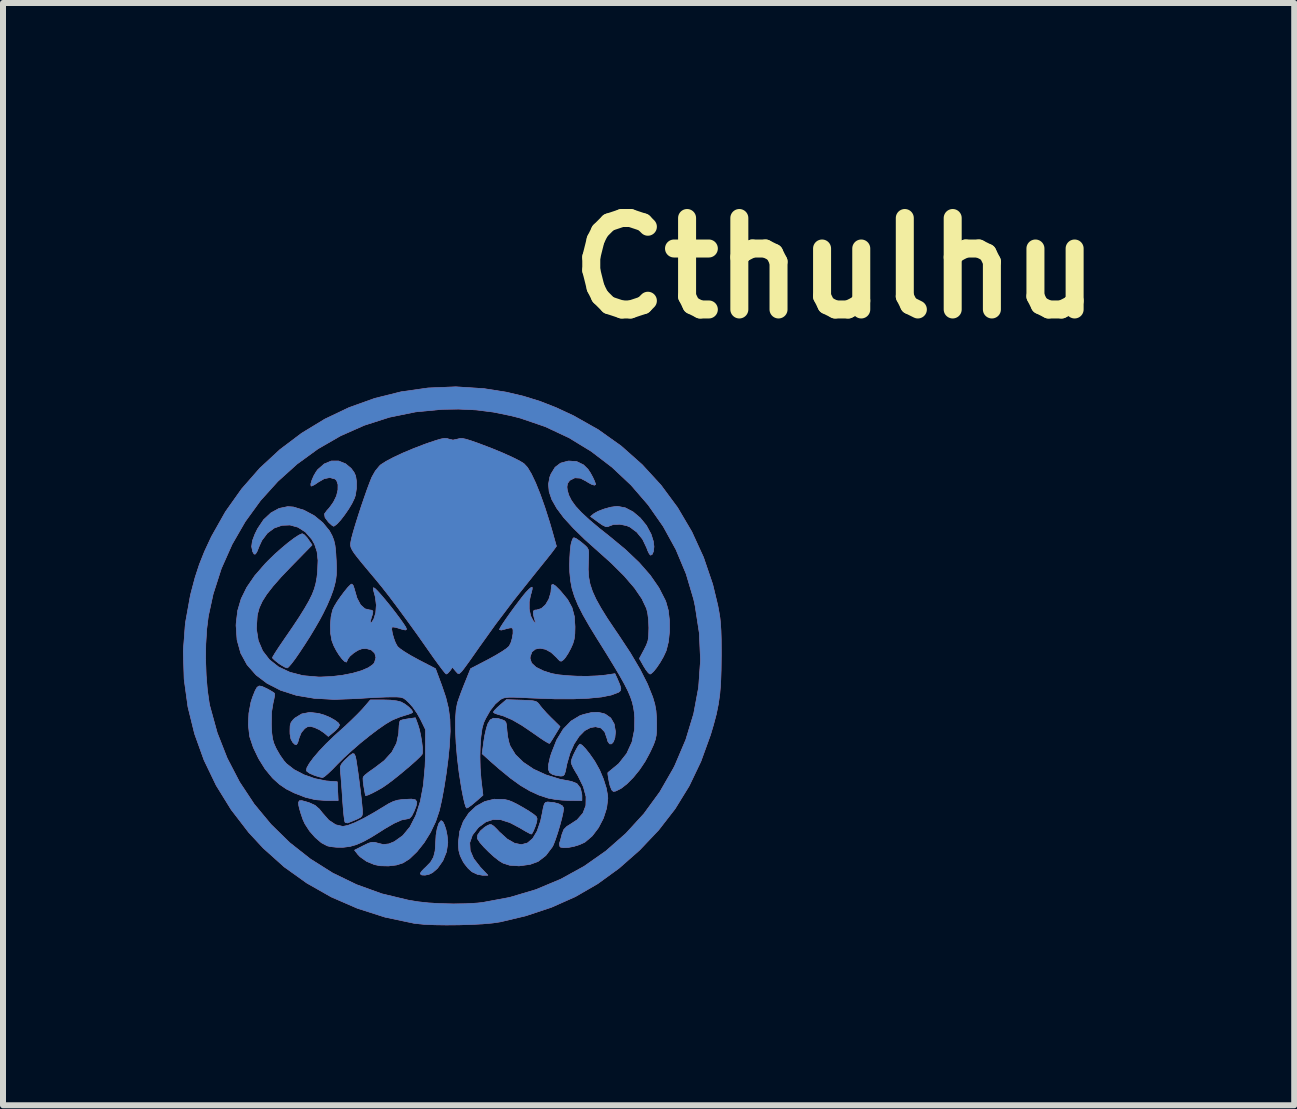
<source format=kicad_pcb>
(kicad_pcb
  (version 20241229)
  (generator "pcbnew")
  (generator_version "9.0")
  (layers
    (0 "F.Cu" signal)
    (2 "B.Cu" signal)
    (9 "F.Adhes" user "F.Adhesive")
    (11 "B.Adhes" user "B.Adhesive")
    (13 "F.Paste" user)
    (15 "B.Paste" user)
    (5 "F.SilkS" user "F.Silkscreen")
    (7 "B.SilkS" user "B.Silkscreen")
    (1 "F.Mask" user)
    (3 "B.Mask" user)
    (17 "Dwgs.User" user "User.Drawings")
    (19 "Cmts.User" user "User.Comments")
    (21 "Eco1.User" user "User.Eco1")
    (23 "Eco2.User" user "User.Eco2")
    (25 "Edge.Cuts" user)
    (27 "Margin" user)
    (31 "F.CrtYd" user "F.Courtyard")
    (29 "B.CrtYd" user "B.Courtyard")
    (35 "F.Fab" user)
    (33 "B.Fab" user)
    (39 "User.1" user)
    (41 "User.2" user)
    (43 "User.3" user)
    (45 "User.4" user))
  (footprint "Cthulhu"
    (layer "F.Cu")
    (at 4.488 7.878)
    (property "Reference" "Cthulhu" (at 6.38 -6.46 0) (layer "F.SilkS") (effects (font (size 1.524 1.524) (thickness 0.3))))
    (attr through_hole)
    (fp_poly (pts (xy -0.16 2.765) (xy -0.133 2.819) (xy -0.107 2.898) (xy -0.088 2.991) (xy -0.077 3.086) (xy -0.076 3.117) (xy -0.098 3.268) (xy -0.158 3.416) (xy -0.248 3.543) (xy -0.33 3.614) (xy -0.388 3.642) (xy -0.453 3.656) (xy -0.507 3.654) (xy -0.533 3.635) (xy -0.533 3.631) (xy -0.516 3.6) (xy -0.471 3.552) (xy -0.443 3.526) (xy -0.362 3.443) (xy -0.312 3.358) (xy -0.286 3.254) (xy -0.277 3.119) (xy -0.27 2.99) (xy -0.251 2.879) (xy -0.224 2.796) (xy -0.192 2.753) (xy -0.185 2.75) (xy -0.16 2.765)) (stroke (width 0.01) (type solid)) (fill yes) (layer "F.Cu"))
    (fp_poly (pts (xy 2.883 -2.464) (xy 3.011 -2.397) (xy 3.131 -2.296) (xy 3.234 -2.17) (xy 3.312 -2.025) (xy 3.349 -1.908) (xy 3.36 -1.82) (xy 3.353 -1.743) (xy 3.331 -1.691) (xy 3.305 -1.676) (xy 3.284 -1.698) (xy 3.256 -1.755) (xy 3.24 -1.8) (xy 3.172 -1.942) (xy 3.075 -2.061) (xy 2.96 -2.146) (xy 2.907 -2.168) (xy 2.793 -2.192) (xy 2.686 -2.188) (xy 2.604 -2.158) (xy 2.598 -2.153) (xy 2.561 -2.15) (xy 2.497 -2.182) (xy 2.436 -2.225) (xy 2.305 -2.321) (xy 2.361 -2.367) (xy 2.432 -2.407) (xy 2.533 -2.445) (xy 2.642 -2.475) (xy 2.739 -2.488) (xy 2.754 -2.489) (xy 2.883 -2.464)) (stroke (width 0.01) (type solid)) (fill yes) (layer "F.Cu"))
    (fp_poly (pts (xy -2.226 0.963) (xy -2.129 0.992) (xy -2.034 1.033) (xy -1.953 1.079) (xy -1.897 1.123) (xy -1.88 1.155) (xy -1.898 1.191) (xy -1.944 1.242) (xy -1.973 1.267) (xy -2.066 1.344) (xy -2.137 1.284) (xy -2.213 1.233) (xy -2.298 1.194) (xy -2.301 1.193) (xy -2.368 1.176) (xy -2.416 1.184) (xy -2.46 1.212) (xy -2.518 1.28) (xy -2.553 1.366) (xy -2.576 1.446) (xy -2.597 1.481) (xy -2.623 1.477) (xy -2.657 1.445) (xy -2.689 1.388) (xy -2.704 1.303) (xy -2.705 1.253) (xy -2.702 1.167) (xy -2.686 1.112) (xy -2.65 1.066) (xy -2.624 1.041) (xy -2.51 0.971) (xy -2.375 0.945) (xy -2.226 0.963)) (stroke (width 0.01) (type solid)) (fill yes) (layer "F.Cu"))
    (fp_poly (pts (xy 1.153 0.741) (xy 1.268 0.745) (xy 1.344 0.752) (xy 1.392 0.763) (xy 1.422 0.782) (xy 1.448 0.812) (xy 1.457 0.826) (xy 1.502 0.881) (xy 1.569 0.956) (xy 1.646 1.035) (xy 1.653 1.041) (xy 1.795 1.181) (xy 1.714 1.315) (xy 1.67 1.387) (xy 1.635 1.441) (xy 1.62 1.461) (xy 1.596 1.452) (xy 1.539 1.418) (xy 1.459 1.365) (xy 1.362 1.297) (xy 1.356 1.293) (xy 1.161 1.16) (xy 0.994 1.064) (xy 0.849 1.002) (xy 0.768 0.979) (xy 0.712 0.961) (xy 0.686 0.942) (xy 0.686 0.94) (xy 0.704 0.913) (xy 0.75 0.865) (xy 0.794 0.826) (xy 0.902 0.733) (xy 1.153 0.741)) (stroke (width 0.01) (type solid)) (fill yes) (layer "F.Cu"))
    (fp_poly (pts (xy -1.636 1.637) (xy -1.619 1.671) (xy -1.615 1.683) (xy -1.604 1.736) (xy -1.59 1.828) (xy -1.572 1.948) (xy -1.554 2.084) (xy -1.536 2.225) (xy -1.52 2.359) (xy -1.508 2.474) (xy -1.5 2.56) (xy -1.499 2.594) (xy -1.499 2.636) (xy -1.506 2.666) (xy -1.528 2.691) (xy -1.574 2.716) (xy -1.651 2.749) (xy -1.744 2.786) (xy -1.782 2.78) (xy -1.789 2.771) (xy -1.796 2.738) (xy -1.806 2.663) (xy -1.816 2.557) (xy -1.826 2.429) (xy -1.83 2.369) (xy -1.839 2.229) (xy -1.849 2.101) (xy -1.857 1.995) (xy -1.864 1.925) (xy -1.865 1.91) (xy -1.867 1.855) (xy -1.848 1.808) (xy -1.8 1.752) (xy -1.774 1.726) (xy -1.705 1.662) (xy -1.662 1.633) (xy -1.636 1.637)) (stroke (width 0.01) (type solid)) (fill yes) (layer "F.Cu"))
    (fp_poly (pts (xy 0.765 1.048) (xy 0.828 1.067) (xy 0.87 1.085) (xy 0.893 1.113) (xy 0.904 1.163) (xy 0.91 1.247) (xy 0.922 1.352) (xy 0.946 1.456) (xy 0.964 1.507) (xy 1.051 1.649) (xy 1.184 1.778) (xy 1.354 1.892) (xy 1.558 1.986) (xy 1.79 2.058) (xy 1.987 2.096) (xy 2.076 2.132) (xy 2.134 2.207) (xy 2.158 2.314) (xy 2.159 2.336) (xy 2.159 2.413) (xy 1.949 2.411) (xy 1.828 2.406) (xy 1.705 2.392) (xy 1.606 2.374) (xy 1.6 2.373) (xy 1.447 2.323) (xy 1.296 2.254) (xy 1.138 2.161) (xy 0.969 2.039) (xy 0.78 1.884) (xy 0.636 1.758) (xy 0.498 1.633) (xy 0.525 1.432) (xy 0.543 1.322) (xy 0.567 1.218) (xy 0.59 1.142) (xy 0.592 1.137) (xy 0.632 1.07) (xy 0.686 1.042) (xy 0.765 1.048)) (stroke (width 0.01) (type solid)) (fill yes) (layer "F.Cu"))
    (fp_poly (pts (xy 2.523 0.965) (xy 2.552 0.976) (xy 2.64 1.039) (xy 2.697 1.138) (xy 2.718 1.264) (xy 2.718 1.27) (xy 2.709 1.365) (xy 2.685 1.433) (xy 2.654 1.468) (xy 2.621 1.468) (xy 2.592 1.426) (xy 2.579 1.378) (xy 2.541 1.269) (xy 2.478 1.204) (xy 2.388 1.183) (xy 2.303 1.196) (xy 2.206 1.247) (xy 2.113 1.341) (xy 2.029 1.469) (xy 1.96 1.625) (xy 1.91 1.799) (xy 1.902 1.837) (xy 1.884 1.927) (xy 1.867 1.978) (xy 1.846 2) (xy 1.813 2.005) (xy 1.805 2.005) (xy 1.73 1.994) (xy 1.67 1.977) (xy 1.624 1.947) (xy 1.602 1.894) (xy 1.605 1.813) (xy 1.631 1.697) (xy 1.652 1.628) (xy 1.74 1.405) (xy 1.849 1.225) (xy 1.979 1.09) (xy 2.128 1) (xy 2.187 0.98) (xy 2.319 0.948) (xy 2.426 0.943) (xy 2.523 0.965)) (stroke (width 0.01) (type solid)) (fill yes) (layer "F.Cu"))
    (fp_poly (pts (xy -1.779 -3.198) (xy -1.686 -3.12) (xy -1.639 -3.056) (xy -1.612 -2.997) (xy -1.598 -2.903) (xy -1.599 -2.788) (xy -1.615 -2.678) (xy -1.63 -2.629) (xy -1.671 -2.543) (xy -1.728 -2.447) (xy -1.794 -2.351) (xy -1.86 -2.265) (xy -1.92 -2.199) (xy -1.967 -2.163) (xy -1.98 -2.159) (xy -2.007 -2.176) (xy -2.052 -2.217) (xy -2.065 -2.23) (xy -2.12 -2.304) (xy -2.129 -2.364) (xy -2.091 -2.416) (xy -2.053 -2.458) (xy -2.004 -2.524) (xy -1.977 -2.564) (xy -1.929 -2.662) (xy -1.905 -2.763) (xy -1.904 -2.853) (xy -1.927 -2.921) (xy -1.954 -2.946) (xy -2.042 -2.97) (xy -2.136 -2.951) (xy -2.234 -2.894) (xy -2.296 -2.852) (xy -2.341 -2.83) (xy -2.354 -2.829) (xy -2.357 -2.863) (xy -2.339 -2.925) (xy -2.307 -2.999) (xy -2.266 -3.069) (xy -2.243 -3.1) (xy -2.135 -3.195) (xy -2.017 -3.244) (xy -1.896 -3.245) (xy -1.779 -3.198)) (stroke (width 0.01) (type solid)) (fill yes) (layer "F.Cu"))
    (fp_poly (pts (xy -0.575 1.146) (xy -0.549 1.231) (xy -0.527 1.333) (xy -0.509 1.44) (xy -0.498 1.537) (xy -0.497 1.61) (xy -0.503 1.641) (xy -0.535 1.678) (xy -0.599 1.74) (xy -0.685 1.817) (xy -0.786 1.903) (xy -0.892 1.991) (xy -0.995 2.073) (xy -1.086 2.141) (xy -1.156 2.189) (xy -1.161 2.193) (xy -1.254 2.246) (xy -1.338 2.29) (xy -1.404 2.32) (xy -1.443 2.33) (xy -1.448 2.327) (xy -1.452 2.299) (xy -1.463 2.238) (xy -1.472 2.188) (xy -1.484 2.107) (xy -1.487 2.043) (xy -1.483 2.022) (xy -1.456 1.991) (xy -1.398 1.944) (xy -1.32 1.889) (xy -1.309 1.882) (xy -1.134 1.749) (xy -1.007 1.609) (xy -0.927 1.457) (xy -0.892 1.292) (xy -0.89 1.24) (xy -0.885 1.159) (xy -0.875 1.1) (xy -0.866 1.081) (xy -0.828 1.069) (xy -0.76 1.056) (xy -0.729 1.051) (xy -0.616 1.035) (xy -0.575 1.146)) (stroke (width 0.01) (type solid)) (fill yes) (layer "F.Cu"))
    (fp_poly (pts (xy -1.029 0.741) (xy -0.923 0.754) (xy -0.854 0.772) (xy -0.788 0.809) (xy -0.724 0.858) (xy -0.676 0.908) (xy -0.66 0.942) (xy -0.683 0.957) (xy -0.739 0.978) (xy -0.778 0.989) (xy -0.875 1.02) (xy -0.979 1.062) (xy -1.015 1.079) (xy -1.114 1.138) (xy -1.24 1.225) (xy -1.382 1.333) (xy -1.531 1.453) (xy -1.676 1.579) (xy -1.81 1.701) (xy -1.916 1.807) (xy -2 1.894) (xy -2.075 1.965) (xy -2.131 2.013) (xy -2.162 2.03) (xy -2.162 2.03) (xy -2.206 2.021) (xy -2.276 2) (xy -2.307 1.989) (xy -2.376 1.959) (xy -2.422 1.927) (xy -2.43 1.915) (xy -2.423 1.869) (xy -2.382 1.796) (xy -2.312 1.701) (xy -2.218 1.591) (xy -2.103 1.47) (xy -1.974 1.345) (xy -1.907 1.284) (xy -1.791 1.18) (xy -1.679 1.074) (xy -1.58 0.977) (xy -1.506 0.9) (xy -1.484 0.876) (xy -1.365 0.737) (xy -1.152 0.737) (xy -1.029 0.741)) (stroke (width 0.01) (type solid)) (fill yes) (layer "F.Cu"))
    (fp_poly (pts (xy 1.694 2.448) (xy 1.777 2.471) (xy 1.835 2.504) (xy 1.854 2.538) (xy 1.846 2.606) (xy 1.824 2.707) (xy 1.792 2.827) (xy 1.755 2.951) (xy 1.717 3.064) (xy 1.683 3.153) (xy 1.665 3.187) (xy 1.557 3.33) (xy 1.428 3.429) (xy 1.296 3.477) (xy 1.112 3.502) (xy 0.956 3.491) (xy 0.847 3.456) (xy 0.781 3.416) (xy 0.698 3.351) (xy 0.61 3.271) (xy 0.527 3.188) (xy 0.461 3.112) (xy 0.422 3.053) (xy 0.417 3.043) (xy 0.424 2.987) (xy 0.468 2.922) (xy 0.539 2.86) (xy 0.586 2.831) (xy 0.622 2.816) (xy 0.652 2.817) (xy 0.689 2.841) (xy 0.743 2.894) (xy 0.783 2.937) (xy 0.916 3.057) (xy 1.039 3.127) (xy 1.152 3.149) (xy 1.253 3.122) (xy 1.341 3.047) (xy 1.414 2.925) (xy 1.472 2.756) (xy 1.5 2.623) (xy 1.518 2.528) (xy 1.534 2.473) (xy 1.553 2.447) (xy 1.582 2.439) (xy 1.598 2.439) (xy 1.694 2.448)) (stroke (width 0.01) (type solid)) (fill yes) (layer "F.Cu"))
    (fp_poly (pts (xy 2.164 1.494) (xy 2.217 1.549) (xy 2.283 1.631) (xy 2.354 1.732) (xy 2.38 1.772) (xy 2.455 1.907) (xy 2.518 2.057) (xy 2.565 2.206) (xy 2.589 2.337) (xy 2.591 2.377) (xy 2.571 2.54) (xy 2.517 2.708) (xy 2.435 2.866) (xy 2.332 3.002) (xy 2.215 3.102) (xy 2.199 3.112) (xy 2.119 3.148) (xy 2.026 3.177) (xy 1.932 3.195) (xy 1.853 3.199) (xy 1.803 3.189) (xy 1.794 3.18) (xy 1.786 3.134) (xy 1.789 3.12) (xy 1.803 3.075) (xy 1.822 3.004) (xy 1.828 2.978) (xy 1.86 2.896) (xy 1.912 2.844) (xy 1.938 2.829) (xy 2.081 2.736) (xy 2.178 2.625) (xy 2.227 2.496) (xy 2.23 2.349) (xy 2.185 2.183) (xy 2.094 1.998) (xy 2.061 1.944) (xy 2.017 1.868) (xy 1.988 1.803) (xy 1.981 1.772) (xy 1.992 1.725) (xy 2.018 1.658) (xy 2.054 1.584) (xy 2.09 1.519) (xy 2.119 1.479) (xy 2.13 1.473) (xy 2.164 1.494)) (stroke (width 0.01) (type solid)) (fill yes) (layer "F.Cu"))
    (fp_poly (pts (xy -3.173 0.512) (xy -3.106 0.543) (xy -3.098 0.546) (xy -3.027 0.585) (xy -2.977 0.616) (xy -2.963 0.629) (xy -2.962 0.662) (xy -2.974 0.728) (xy -2.988 0.788) (xy -3.013 0.941) (xy -3.017 1.139) (xy -3.016 1.168) (xy -3.009 1.292) (xy -2.997 1.382) (xy -2.976 1.458) (xy -2.942 1.536) (xy -2.928 1.563) (xy -2.873 1.658) (xy -2.81 1.748) (xy -2.765 1.8) (xy -2.636 1.9) (xy -2.473 1.985) (xy -2.291 2.049) (xy -2.104 2.087) (xy -2.057 2.091) (xy -1.918 2.101) (xy -1.903 2.413) (xy -2.101 2.412) (xy -2.279 2.399) (xy -2.44 2.361) (xy -2.464 2.352) (xy -2.632 2.287) (xy -2.764 2.221) (xy -2.876 2.145) (xy -2.982 2.05) (xy -3.001 2.03) (xy -3.119 1.887) (xy -3.227 1.714) (xy -3.315 1.53) (xy -3.374 1.354) (xy -3.379 1.328) (xy -3.398 1.151) (xy -3.389 0.958) (xy -3.355 0.773) (xy -3.326 0.686) (xy -3.286 0.586) (xy -3.253 0.527) (xy -3.219 0.505) (xy -3.173 0.512)) (stroke (width 0.01) (type solid)) (fill yes) (layer "F.Cu"))
    (fp_poly (pts (xy 0.864 2.396) (xy 0.937 2.412) (xy 1.002 2.438) (xy 1.09 2.482) (xy 1.187 2.537) (xy 1.281 2.594) (xy 1.356 2.645) (xy 1.398 2.681) (xy 1.412 2.716) (xy 1.405 2.772) (xy 1.382 2.844) (xy 1.353 2.915) (xy 1.328 2.962) (xy 1.316 2.972) (xy 1.286 2.959) (xy 1.226 2.927) (xy 1.146 2.88) (xy 1.13 2.87) (xy 0.959 2.78) (xy 0.81 2.733) (xy 0.678 2.729) (xy 0.558 2.769) (xy 0.445 2.852) (xy 0.429 2.867) (xy 0.334 2.989) (xy 0.29 3.116) (xy 0.297 3.246) (xy 0.354 3.381) (xy 0.462 3.52) (xy 0.463 3.522) (xy 0.592 3.658) (xy 0.503 3.658) (xy 0.417 3.642) (xy 0.332 3.602) (xy 0.328 3.6) (xy 0.265 3.543) (xy 0.201 3.463) (xy 0.172 3.415) (xy 0.132 3.33) (xy 0.11 3.249) (xy 0.103 3.146) (xy 0.102 3.111) (xy 0.124 2.928) (xy 0.184 2.763) (xy 0.277 2.622) (xy 0.398 2.509) (xy 0.54 2.431) (xy 0.697 2.392) (xy 0.864 2.396)) (stroke (width 0.01) (type solid)) (fill yes) (layer "F.Cu"))
    (fp_poly (pts (xy -0.616 2.402) (xy -0.592 2.437) (xy -0.603 2.502) (xy -0.636 2.588) (xy -0.675 2.667) (xy -0.711 2.707) (xy -0.749 2.718) (xy -0.844 2.736) (xy -0.971 2.792) (xy -1.129 2.883) (xy -1.175 2.913) (xy -1.344 3.019) (xy -1.483 3.096) (xy -1.601 3.148) (xy -1.707 3.178) (xy -1.811 3.191) (xy -1.828 3.192) (xy -1.931 3.191) (xy -2.027 3.181) (xy -2.083 3.168) (xy -2.18 3.117) (xy -2.282 3.03) (xy -2.378 2.921) (xy -2.455 2.802) (xy -2.488 2.73) (xy -2.521 2.634) (xy -2.547 2.545) (xy -2.558 2.496) (xy -2.562 2.444) (xy -2.548 2.418) (xy -2.507 2.416) (xy -2.43 2.437) (xy -2.377 2.454) (xy -2.288 2.495) (xy -2.216 2.557) (xy -2.168 2.618) (xy -2.059 2.742) (xy -1.944 2.818) (xy -1.826 2.845) (xy -1.822 2.845) (xy -1.74 2.829) (xy -1.624 2.784) (xy -1.476 2.712) (xy -1.303 2.615) (xy -1.163 2.53) (xy -1.061 2.468) (xy -0.983 2.43) (xy -0.911 2.408) (xy -0.828 2.397) (xy -0.788 2.394) (xy -0.68 2.39) (xy -0.616 2.402)) (stroke (width 0.01) (type solid)) (fill yes) (layer "F.Cu"))
    (fp_poly (pts (xy -2.649 -2.478) (xy -2.472 -2.424) (xy -2.305 -2.335) (xy -2.16 -2.217) (xy -2.048 -2.08) (xy -2.004 -1.998) (xy -1.975 -1.923) (xy -1.956 -1.84) (xy -1.944 -1.735) (xy -1.936 -1.595) (xy -1.935 -1.58) (xy -1.932 -1.446) (xy -1.934 -1.344) (xy -1.944 -1.259) (xy -1.964 -1.173) (xy -1.99 -1.085) (xy -2.031 -0.974) (xy -2.089 -0.839) (xy -2.157 -0.7) (xy -2.207 -0.606) (xy -2.288 -0.465) (xy -2.374 -0.322) (xy -2.462 -0.184) (xy -2.546 -0.057) (xy -2.621 0.052) (xy -2.685 0.136) (xy -2.731 0.188) (xy -2.753 0.203) (xy -2.791 0.189) (xy -2.853 0.153) (xy -2.892 0.127) (xy -2.952 0.08) (xy -2.99 0.044) (xy -2.997 0.032) (xy -2.983 0.005) (xy -2.946 -0.055) (xy -2.89 -0.141) (xy -2.821 -0.242) (xy -2.804 -0.267) (xy -2.662 -0.474) (xy -2.547 -0.647) (xy -2.457 -0.792) (xy -2.387 -0.914) (xy -2.334 -1.021) (xy -2.297 -1.117) (xy -2.272 -1.21) (xy -2.255 -1.306) (xy -2.244 -1.409) (xy -2.237 -1.589) (xy -2.253 -1.734) (xy -2.294 -1.858) (xy -2.341 -1.941) (xy -2.447 -2.063) (xy -2.571 -2.142) (xy -2.704 -2.179) (xy -2.839 -2.174) (xy -2.968 -2.129) (xy -3.082 -2.045) (xy -3.175 -1.922) (xy -3.217 -1.831) (xy -3.253 -1.741) (xy -3.28 -1.696) (xy -3.302 -1.694) (xy -3.324 -1.731) (xy -3.328 -1.74) (xy -3.343 -1.82) (xy -3.331 -1.913) (xy -3.288 -2.027) (xy -3.244 -2.116) (xy -3.144 -2.266) (xy -3.022 -2.38) (xy -2.887 -2.454) (xy -2.744 -2.484) (xy -2.649 -2.478)) (stroke (width 0.01) (type solid)) (fill yes) (layer "F.Cu"))
    (fp_poly (pts (xy 2.057 -1.955) (xy 2.081 -1.94) (xy 2.147 -1.892) (xy 2.213 -1.836) (xy 2.246 -1.803) (xy 2.265 -1.769) (xy 2.273 -1.721) (xy 2.272 -1.646) (xy 2.267 -1.567) (xy 2.264 -1.435) (xy 2.272 -1.313) (xy 2.294 -1.195) (xy 2.334 -1.073) (xy 2.394 -0.941) (xy 2.477 -0.792) (xy 2.585 -0.618) (xy 2.722 -0.414) (xy 2.762 -0.356) (xy 2.964 -0.05) (xy 3.127 0.226) (xy 3.252 0.473) (xy 3.339 0.69) (xy 3.374 0.809) (xy 3.394 0.919) (xy 3.402 1.043) (xy 3.404 1.132) (xy 3.403 1.245) (xy 3.397 1.329) (xy 3.382 1.4) (xy 3.355 1.477) (xy 3.31 1.575) (xy 3.29 1.617) (xy 3.211 1.763) (xy 3.117 1.903) (xy 3.014 2.029) (xy 2.909 2.135) (xy 2.81 2.212) (xy 2.723 2.255) (xy 2.684 2.261) (xy 2.657 2.236) (xy 2.629 2.163) (xy 2.616 2.108) (xy 2.601 2.027) (xy 2.593 1.969) (xy 2.594 1.948) (xy 2.774 1.8) (xy 2.908 1.63) (xy 2.996 1.438) (xy 3.039 1.224) (xy 3.041 1.03) (xy 3.033 0.94) (xy 3.02 0.856) (xy 3 0.772) (xy 2.97 0.684) (xy 2.928 0.586) (xy 2.87 0.472) (xy 2.795 0.337) (xy 2.7 0.177) (xy 2.583 -0.015) (xy 2.441 -0.243) (xy 2.421 -0.274) (xy 2.287 -0.493) (xy 2.18 -0.68) (xy 2.098 -0.841) (xy 2.038 -0.986) (xy 1.996 -1.121) (xy 1.971 -1.255) (xy 1.958 -1.395) (xy 1.956 -1.513) (xy 1.959 -1.637) (xy 1.966 -1.753) (xy 1.977 -1.845) (xy 1.985 -1.883) (xy 2.006 -1.945) (xy 2.025 -1.966) (xy 2.057 -1.955)) (stroke (width 0.01) (type solid)) (fill yes) (layer "F.Cu"))
    (fp_poly (pts (xy 2.071 -3.236) (xy 2.186 -3.18) (xy 2.261 -3.106) (xy 2.298 -3.05) (xy 2.338 -2.978) (xy 2.37 -2.908) (xy 2.387 -2.86) (xy 2.388 -2.854) (xy 2.369 -2.843) (xy 2.322 -2.857) (xy 2.259 -2.892) (xy 2.235 -2.908) (xy 2.135 -2.96) (xy 2.042 -2.966) (xy 1.962 -2.926) (xy 1.953 -2.918) (xy 1.918 -2.87) (xy 1.91 -2.812) (xy 1.915 -2.764) (xy 1.939 -2.677) (xy 1.984 -2.587) (xy 2.053 -2.491) (xy 2.152 -2.384) (xy 2.284 -2.262) (xy 2.451 -2.121) (xy 2.613 -1.993) (xy 2.886 -1.767) (xy 3.113 -1.551) (xy 3.297 -1.341) (xy 3.441 -1.133) (xy 3.548 -0.924) (xy 3.56 -0.894) (xy 3.599 -0.755) (xy 3.618 -0.587) (xy 3.619 -0.409) (xy 3.602 -0.237) (xy 3.566 -0.092) (xy 3.56 -0.076) (xy 3.517 0.017) (xy 3.462 0.112) (xy 3.404 0.198) (xy 3.35 0.265) (xy 3.308 0.301) (xy 3.295 0.305) (xy 3.267 0.284) (xy 3.226 0.231) (xy 3.192 0.176) (xy 3.119 0.047) (xy 3.198 -0.101) (xy 3.238 -0.181) (xy 3.262 -0.251) (xy 3.273 -0.327) (xy 3.276 -0.431) (xy 3.277 -0.464) (xy 3.272 -0.59) (xy 3.258 -0.704) (xy 3.239 -0.785) (xy 3.161 -0.95) (xy 3.037 -1.131) (xy 2.866 -1.33) (xy 2.648 -1.547) (xy 2.456 -1.719) (xy 2.215 -1.934) (xy 2.017 -2.128) (xy 1.859 -2.301) (xy 1.741 -2.459) (xy 1.66 -2.602) (xy 1.615 -2.734) (xy 1.604 -2.858) (xy 1.625 -2.976) (xy 1.646 -3.029) (xy 1.714 -3.14) (xy 1.805 -3.209) (xy 1.929 -3.243) (xy 1.939 -3.244) (xy 2.071 -3.236)) (stroke (width 0.01) (type solid)) (fill yes) (layer "F.Cu"))
    (fp_poly (pts (xy -0.086 -3.619) (xy -0.06 -3.61) (xy 0.011 -3.593) (xy 0.085 -3.609) (xy 0.124 -3.619) (xy 0.168 -3.62) (xy 0.226 -3.608) (xy 0.308 -3.583) (xy 0.425 -3.542) (xy 0.457 -3.53) (xy 0.664 -3.451) (xy 0.85 -3.374) (xy 1.006 -3.303) (xy 1.127 -3.242) (xy 1.193 -3.201) (xy 1.251 -3.139) (xy 1.316 -3.031) (xy 1.387 -2.882) (xy 1.462 -2.696) (xy 1.54 -2.477) (xy 1.619 -2.229) (xy 1.664 -2.075) (xy 1.734 -1.825) (xy 1.675 -1.744) (xy 1.639 -1.697) (xy 1.578 -1.62) (xy 1.498 -1.521) (xy 1.407 -1.408) (xy 1.347 -1.333) (xy 1.023 -0.927) (xy 0.72 -0.526) (xy 0.445 -0.142) (xy 0.408 -0.089) (xy 0.329 0.024) (xy 0.257 0.125) (xy 0.198 0.206) (xy 0.159 0.256) (xy 0.151 0.265) (xy 0.117 0.296) (xy 0.091 0.293) (xy 0.055 0.254) (xy 0.053 0.252) (xy 0.003 0.191) (xy -0.038 0.248) (xy -0.075 0.29) (xy -0.101 0.305) (xy -0.121 0.285) (xy -0.166 0.229) (xy -0.229 0.145) (xy -0.307 0.038) (xy -0.394 -0.086) (xy -0.401 -0.096) (xy -0.571 -0.338) (xy -0.739 -0.571) (xy -0.899 -0.789) (xy -1.046 -0.985) (xy -1.176 -1.151) (xy -1.272 -1.268) (xy -1.402 -1.423) (xy -1.503 -1.544) (xy -1.578 -1.637) (xy -1.632 -1.707) (xy -1.666 -1.76) (xy -1.686 -1.8) (xy -1.694 -1.834) (xy -1.694 -1.866) (xy -1.691 -1.893) (xy -1.678 -1.957) (xy -1.651 -2.058) (xy -1.613 -2.186) (xy -1.567 -2.333) (xy -1.517 -2.487) (xy -1.465 -2.638) (xy -1.416 -2.778) (xy -1.372 -2.895) (xy -1.34 -2.975) (xy -1.282 -3.078) (xy -1.213 -3.162) (xy -1.189 -3.184) (xy -1.101 -3.24) (xy -0.974 -3.307) (xy -0.819 -3.379) (xy -0.645 -3.452) (xy -0.463 -3.522) (xy -0.392 -3.547) (xy -0.27 -3.588) (xy -0.186 -3.612) (xy -0.128 -3.622) (xy -0.086 -3.619)) (stroke (width 0.01) (type solid)) (fill yes) (layer "F.Cu"))
    (fp_poly (pts (xy 1.719 -1.162) (xy 1.784 -1.098) (xy 1.807 -1.073) (xy 1.921 -0.935) (xy 1.994 -0.801) (xy 2.033 -0.655) (xy 2.044 -0.482) (xy 2.041 -0.363) (xy 2.03 -0.276) (xy 2.008 -0.2) (xy 1.974 -0.124) (xy 1.929 -0.04) (xy 1.883 0.03) (xy 1.855 0.063) (xy 1.821 0.089) (xy 1.795 0.087) (xy 1.759 0.052) (xy 1.738 0.028) (xy 1.647 -0.057) (xy 1.553 -0.108) (xy 1.462 -0.126) (xy 1.384 -0.111) (xy 1.326 -0.064) (xy 1.297 0.016) (xy 1.295 0.046) (xy 1.32 0.123) (xy 1.395 0.193) (xy 1.519 0.254) (xy 1.651 0.297) (xy 1.765 0.318) (xy 1.914 0.333) (xy 2.083 0.342) (xy 2.258 0.343) (xy 2.425 0.336) (xy 2.567 0.322) (xy 2.568 0.321) (xy 2.71 0.3) (xy 2.749 0.385) (xy 2.79 0.481) (xy 2.808 0.543) (xy 2.802 0.581) (xy 2.774 0.606) (xy 2.771 0.608) (xy 2.653 0.653) (xy 2.487 0.687) (xy 2.273 0.708) (xy 2.011 0.719) (xy 1.7 0.718) (xy 1.34 0.705) (xy 1.295 0.703) (xy 1.139 0.695) (xy 1.025 0.691) (xy 0.945 0.691) (xy 0.889 0.696) (xy 0.849 0.706) (xy 0.816 0.721) (xy 0.796 0.733) (xy 0.714 0.805) (xy 0.63 0.913) (xy 0.555 1.044) (xy 0.521 1.118) (xy 0.495 1.213) (xy 0.476 1.347) (xy 0.464 1.509) (xy 0.46 1.686) (xy 0.464 1.868) (xy 0.477 2.042) (xy 0.48 2.074) (xy 0.51 2.324) (xy 0.388 2.431) (xy 0.321 2.487) (xy 0.267 2.526) (xy 0.239 2.539) (xy 0.225 2.516) (xy 0.205 2.451) (xy 0.183 2.353) (xy 0.159 2.231) (xy 0.154 2.203) (xy 0.114 1.949) (xy 0.084 1.699) (xy 0.064 1.462) (xy 0.054 1.245) (xy 0.054 1.055) (xy 0.065 0.899) (xy 0.086 0.787) (xy 0.112 0.712) (xy 0.15 0.607) (xy 0.195 0.492) (xy 0.214 0.445) (xy 0.306 0.216) (xy 0.603 0.062) (xy 0.719 -0.002) (xy 0.821 -0.063) (xy 0.9 -0.116) (xy 0.945 -0.155) (xy 0.948 -0.158) (xy 0.977 -0.215) (xy 1 -0.292) (xy 1.013 -0.37) (xy 1.013 -0.434) (xy 1 -0.464) (xy 0.964 -0.465) (xy 0.901 -0.451) (xy 0.883 -0.445) (xy 0.817 -0.428) (xy 0.788 -0.435) (xy 0.787 -0.438) (xy 0.802 -0.469) (xy 0.841 -0.531) (xy 0.898 -0.615) (xy 0.967 -0.713) (xy 1.042 -0.816) (xy 1.116 -0.914) (xy 1.182 -1) (xy 1.227 -1.054) (xy 1.279 -1.108) (xy 1.317 -1.139) (xy 1.33 -1.142) (xy 1.331 -1.112) (xy 1.317 -1.052) (xy 1.305 -1.015) (xy 1.281 -0.899) (xy 1.281 -0.777) (xy 1.304 -0.665) (xy 1.347 -0.582) (xy 1.35 -0.579) (xy 1.384 -0.542) (xy 1.392 -0.544) (xy 1.383 -0.572) (xy 1.364 -0.636) (xy 1.352 -0.692) (xy 1.35 -0.742) (xy 1.376 -0.76) (xy 1.408 -0.762) (xy 1.485 -0.786) (xy 1.555 -0.849) (xy 1.61 -0.943) (xy 1.644 -1.056) (xy 1.651 -1.137) (xy 1.657 -1.179) (xy 1.678 -1.188) (xy 1.719 -1.162)) (stroke (width 0.01) (type solid)) (fill yes) (layer "F.Cu"))
    (fp_poly (pts (xy 0.525 -4.451) (xy 0.899 -4.392) (xy 1.186 -4.324) (xy 1.458 -4.24) (xy 1.731 -4.133) (xy 2.019 -3.999) (xy 2.433 -3.765) (xy 2.815 -3.493) (xy 3.163 -3.184) (xy 3.477 -2.842) (xy 3.753 -2.469) (xy 3.99 -2.067) (xy 4.186 -1.639) (xy 4.339 -1.189) (xy 4.424 -0.836) (xy 4.444 -0.728) (xy 4.46 -0.629) (xy 4.47 -0.527) (xy 4.477 -0.412) (xy 4.481 -0.273) (xy 4.482 -0.099) (xy 4.482 0) (xy 4.479 0.248) (xy 4.472 0.457) (xy 4.457 0.639) (xy 4.433 0.808) (xy 4.399 0.975) (xy 4.352 1.152) (xy 4.302 1.32) (xy 4.142 1.762) (xy 3.947 2.17) (xy 3.713 2.55) (xy 3.437 2.906) (xy 3.121 3.239) (xy 2.778 3.541) (xy 2.423 3.799) (xy 2.05 4.015) (xy 1.652 4.192) (xy 1.225 4.334) (xy 0.8 4.435) (xy 0.673 4.454) (xy 0.507 4.469) (xy 0.315 4.479) (xy 0.109 4.485) (xy -0.099 4.487) (xy -0.297 4.484) (xy -0.472 4.476) (xy -0.612 4.462) (xy -0.64 4.458) (xy -1.122 4.356) (xy -1.581 4.209) (xy -2.016 4.02) (xy -2.423 3.789) (xy -2.802 3.518) (xy -3.15 3.206) (xy -3.392 2.945) (xy -3.685 2.564) (xy -3.934 2.161) (xy -4.137 1.739) (xy -4.294 1.302) (xy -4.405 0.852) (xy -4.468 0.394) (xy -4.478 0.066) (xy -4.112 0.066) (xy -4.103 0.327) (xy -4.083 0.572) (xy -4.052 0.788) (xy -4.042 0.838) (xy -3.919 1.284) (xy -3.753 1.707) (xy -3.547 2.104) (xy -3.303 2.473) (xy -3.022 2.812) (xy -2.709 3.118) (xy -2.365 3.389) (xy -1.994 3.623) (xy -1.596 3.816) (xy -1.176 3.968) (xy -0.735 4.074) (xy -0.573 4.101) (xy -0.399 4.12) (xy -0.197 4.132) (xy 0.018 4.137) (xy 0.227 4.134) (xy 0.412 4.123) (xy 0.5 4.114) (xy 0.956 4.029) (xy 1.393 3.899) (xy 1.808 3.725) (xy 2.198 3.51) (xy 2.561 3.255) (xy 2.894 2.962) (xy 3.195 2.633) (xy 3.46 2.27) (xy 3.687 1.875) (xy 3.71 1.829) (xy 3.892 1.401) (xy 4.024 0.966) (xy 4.106 0.525) (xy 4.137 0.078) (xy 4.118 -0.373) (xy 4.048 -0.828) (xy 4.024 -0.94) (xy 3.898 -1.364) (xy 3.728 -1.77) (xy 3.517 -2.154) (xy 3.266 -2.513) (xy 2.981 -2.843) (xy 2.663 -3.142) (xy 2.316 -3.407) (xy 1.944 -3.634) (xy 1.549 -3.819) (xy 1.134 -3.961) (xy 0.982 -4) (xy 0.684 -4.061) (xy 0.399 -4.097) (xy 0.107 -4.111) (xy -0.163 -4.107) (xy -0.613 -4.064) (xy -1.049 -3.975) (xy -1.467 -3.841) (xy -1.864 -3.665) (xy -2.239 -3.449) (xy -2.587 -3.196) (xy -2.908 -2.907) (xy -3.197 -2.587) (xy -3.452 -2.236) (xy -3.67 -1.858) (xy -3.85 -1.454) (xy -3.987 -1.027) (xy -4.067 -0.658) (xy -4.094 -0.441) (xy -4.109 -0.195) (xy -4.112 0.066) (xy -4.478 0.066) (xy -4.483 -0.071) (xy -4.448 -0.539) (xy -4.364 -1.006) (xy -4.352 -1.054) (xy -4.286 -1.303) (xy -4.214 -1.523) (xy -4.129 -1.736) (xy -4.023 -1.964) (xy -4.011 -1.989) (xy -3.779 -2.4) (xy -3.51 -2.779) (xy -3.207 -3.125) (xy -2.873 -3.434) (xy -2.511 -3.707) (xy -2.125 -3.942) (xy -1.718 -4.136) (xy -1.293 -4.288) (xy -0.852 -4.398) (xy -0.401 -4.462) (xy 0.06 -4.481) (xy 0.525 -4.451)) (stroke (width 0.01) (type solid)) (fill yes) (layer "F.Cu"))
    (fp_poly (pts (xy -2.466 -2.013) (xy -2.42 -1.964) (xy -2.402 -1.938) (xy -2.338 -1.845) (xy -2.688 -1.487) (xy -2.858 -1.309) (xy -2.991 -1.157) (xy -3.094 -1.025) (xy -3.168 -0.908) (xy -3.218 -0.799) (xy -3.247 -0.694) (xy -3.252 -0.669) (xy -3.266 -0.45) (xy -3.235 -0.253) (xy -3.162 -0.08) (xy -3.049 0.067) (xy -2.897 0.187) (xy -2.709 0.276) (xy -2.488 0.333) (xy -2.236 0.355) (xy -2.204 0.356) (xy -2.014 0.348) (xy -1.83 0.326) (xy -1.661 0.293) (xy -1.513 0.25) (xy -1.397 0.2) (xy -1.318 0.144) (xy -1.296 0.115) (xy -1.272 0.03) (xy -1.292 -0.043) (xy -1.348 -0.096) (xy -1.433 -0.121) (xy -1.51 -0.116) (xy -1.575 -0.091) (xy -1.645 -0.046) (xy -1.708 0.008) (xy -1.746 0.059) (xy -1.753 0.08) (xy -1.764 0.106) (xy -1.793 0.095) (xy -1.834 0.055) (xy -1.882 -0.007) (xy -1.93 -0.083) (xy -1.973 -0.165) (xy -2.004 -0.246) (xy -2.007 -0.256) (xy -2.027 -0.371) (xy -2.031 -0.508) (xy -2.02 -0.646) (xy -1.995 -0.758) (xy -1.994 -0.761) (xy -1.965 -0.822) (xy -1.917 -0.902) (xy -1.857 -0.988) (xy -1.795 -1.071) (xy -1.738 -1.14) (xy -1.694 -1.184) (xy -1.675 -1.194) (xy -1.654 -1.172) (xy -1.637 -1.124) (xy -1.59 -0.961) (xy -1.53 -0.847) (xy -1.456 -0.781) (xy -1.379 -0.762) (xy -1.338 -0.757) (xy -1.324 -0.736) (xy -1.333 -0.685) (xy -1.349 -0.637) (xy -1.367 -0.57) (xy -1.361 -0.544) (xy -1.337 -0.563) (xy -1.307 -0.612) (xy -1.275 -0.716) (xy -1.266 -0.844) (xy -1.281 -0.975) (xy -1.295 -1.027) (xy -1.312 -1.09) (xy -1.315 -1.129) (xy -1.313 -1.133) (xy -1.292 -1.122) (xy -1.246 -1.077) (xy -1.183 -1.007) (xy -1.108 -0.918) (xy -1.028 -0.82) (xy -0.949 -0.718) (xy -0.877 -0.622) (xy -0.818 -0.539) (xy -0.777 -0.476) (xy -0.763 -0.441) (xy -0.782 -0.429) (xy -0.844 -0.443) (xy -0.875 -0.453) (xy -0.945 -0.474) (xy -0.994 -0.48) (xy -1.005 -0.477) (xy -1.011 -0.441) (xy -1 -0.374) (xy -0.978 -0.294) (xy -0.949 -0.216) (xy -0.916 -0.156) (xy -0.915 -0.154) (xy -0.875 -0.118) (xy -0.8 -0.066) (xy -0.7 -0.005) (xy -0.585 0.058) (xy -0.575 0.064) (xy -0.281 0.216) (xy -0.178 0.493) (xy -0.11 0.693) (xy -0.065 0.876) (xy -0.041 1.059) (xy -0.036 1.258) (xy -0.048 1.489) (xy -0.049 1.504) (xy -0.071 1.723) (xy -0.101 1.956) (xy -0.137 2.187) (xy -0.176 2.399) (xy -0.216 2.577) (xy -0.216 2.578) (xy -0.278 2.763) (xy -0.365 2.945) (xy -0.471 3.116) (xy -0.59 3.265) (xy -0.713 3.383) (xy -0.821 3.452) (xy -0.93 3.487) (xy -1.063 3.503) (xy -1.199 3.5) (xy -1.296 3.481) (xy -1.429 3.426) (xy -1.536 3.35) (xy -1.574 3.31) (xy -1.628 3.241) (xy -1.482 3.167) (xy -1.397 3.126) (xy -1.34 3.109) (xy -1.293 3.11) (xy -1.256 3.121) (xy -1.152 3.147) (xy -1.058 3.137) (xy -0.967 3.1) (xy -0.825 2.999) (xy -0.705 2.854) (xy -0.608 2.664) (xy -0.533 2.432) (xy -0.481 2.158) (xy -0.453 1.844) (xy -0.447 1.638) (xy -0.445 1.232) (xy -0.527 1.064) (xy -0.585 0.96) (xy -0.655 0.859) (xy -0.714 0.791) (xy -0.769 0.738) (xy -0.813 0.706) (xy -0.862 0.691) (xy -0.933 0.686) (xy -1.013 0.686) (xy -1.11 0.688) (xy -1.242 0.693) (xy -1.394 0.701) (xy -1.551 0.711) (xy -1.595 0.714) (xy -1.968 0.728) (xy -2.302 0.709) (xy -2.6 0.659) (xy -2.861 0.575) (xy -3.087 0.459) (xy -3.269 0.321) (xy -3.419 0.151) (xy -3.525 -0.043) (xy -3.586 -0.262) (xy -3.603 -0.504) (xy -3.601 -0.542) (xy -3.576 -0.751) (xy -3.518 -0.948) (xy -3.424 -1.139) (xy -3.291 -1.333) (xy -3.115 -1.535) (xy -3.061 -1.59) (xy -2.954 -1.694) (xy -2.842 -1.793) (xy -2.734 -1.883) (xy -2.636 -1.957) (xy -2.558 -2.008) (xy -2.506 -2.031) (xy -2.5 -2.032) (xy -2.466 -2.013)) (stroke (width 0.01) (type solid)) (fill yes) (layer "F.Cu"))
    (fp_poly (pts (xy -0.16 2.765) (xy -0.133 2.819) (xy -0.107 2.898) (xy -0.088 2.991) (xy -0.077 3.086) (xy -0.076 3.117) (xy -0.098 3.268) (xy -0.158 3.416) (xy -0.248 3.543) (xy -0.33 3.614) (xy -0.388 3.642) (xy -0.453 3.656) (xy -0.507 3.654) (xy -0.533 3.635) (xy -0.533 3.631) (xy -0.516 3.6) (xy -0.471 3.552) (xy -0.443 3.526) (xy -0.362 3.443) (xy -0.312 3.358) (xy -0.286 3.254) (xy -0.277 3.119) (xy -0.27 2.99) (xy -0.251 2.879) (xy -0.224 2.796) (xy -0.192 2.753) (xy -0.185 2.75) (xy -0.16 2.765)) (stroke (width 0.01) (type solid)) (fill yes) (layer "B.Cu"))
    (fp_poly (pts (xy 2.883 -2.464) (xy 3.011 -2.397) (xy 3.131 -2.296) (xy 3.234 -2.17) (xy 3.312 -2.025) (xy 3.349 -1.908) (xy 3.36 -1.82) (xy 3.353 -1.743) (xy 3.331 -1.691) (xy 3.305 -1.676) (xy 3.284 -1.698) (xy 3.256 -1.755) (xy 3.24 -1.8) (xy 3.172 -1.942) (xy 3.075 -2.061) (xy 2.96 -2.146) (xy 2.907 -2.168) (xy 2.793 -2.192) (xy 2.686 -2.188) (xy 2.604 -2.158) (xy 2.598 -2.153) (xy 2.561 -2.15) (xy 2.497 -2.182) (xy 2.436 -2.225) (xy 2.305 -2.321) (xy 2.361 -2.367) (xy 2.432 -2.407) (xy 2.533 -2.445) (xy 2.642 -2.475) (xy 2.739 -2.488) (xy 2.754 -2.489) (xy 2.883 -2.464)) (stroke (width 0.01) (type solid)) (fill yes) (layer "B.Cu"))
    (fp_poly (pts (xy -2.226 0.963) (xy -2.129 0.992) (xy -2.034 1.033) (xy -1.953 1.079) (xy -1.897 1.123) (xy -1.88 1.155) (xy -1.898 1.191) (xy -1.944 1.242) (xy -1.973 1.267) (xy -2.066 1.344) (xy -2.137 1.284) (xy -2.213 1.233) (xy -2.298 1.194) (xy -2.301 1.193) (xy -2.368 1.176) (xy -2.416 1.184) (xy -2.46 1.212) (xy -2.518 1.28) (xy -2.553 1.366) (xy -2.576 1.446) (xy -2.597 1.481) (xy -2.623 1.477) (xy -2.657 1.445) (xy -2.689 1.388) (xy -2.704 1.303) (xy -2.705 1.253) (xy -2.702 1.167) (xy -2.686 1.112) (xy -2.65 1.066) (xy -2.624 1.041) (xy -2.51 0.971) (xy -2.375 0.945) (xy -2.226 0.963)) (stroke (width 0.01) (type solid)) (fill yes) (layer "B.Cu"))
    (fp_poly (pts (xy 1.153 0.741) (xy 1.268 0.745) (xy 1.344 0.752) (xy 1.392 0.763) (xy 1.422 0.782) (xy 1.448 0.812) (xy 1.457 0.826) (xy 1.502 0.881) (xy 1.569 0.956) (xy 1.646 1.035) (xy 1.653 1.041) (xy 1.795 1.181) (xy 1.714 1.315) (xy 1.67 1.387) (xy 1.635 1.441) (xy 1.62 1.461) (xy 1.596 1.452) (xy 1.539 1.418) (xy 1.459 1.365) (xy 1.362 1.297) (xy 1.356 1.293) (xy 1.161 1.16) (xy 0.994 1.064) (xy 0.849 1.002) (xy 0.768 0.979) (xy 0.712 0.961) (xy 0.686 0.942) (xy 0.686 0.94) (xy 0.704 0.913) (xy 0.75 0.865) (xy 0.794 0.826) (xy 0.902 0.733) (xy 1.153 0.741)) (stroke (width 0.01) (type solid)) (fill yes) (layer "B.Cu"))
    (fp_poly (pts (xy -1.636 1.637) (xy -1.619 1.671) (xy -1.615 1.683) (xy -1.604 1.736) (xy -1.59 1.828) (xy -1.572 1.948) (xy -1.554 2.084) (xy -1.536 2.225) (xy -1.52 2.359) (xy -1.508 2.474) (xy -1.5 2.56) (xy -1.499 2.594) (xy -1.499 2.636) (xy -1.506 2.666) (xy -1.528 2.691) (xy -1.574 2.716) (xy -1.651 2.749) (xy -1.744 2.786) (xy -1.782 2.78) (xy -1.789 2.771) (xy -1.796 2.738) (xy -1.806 2.663) (xy -1.816 2.557) (xy -1.826 2.429) (xy -1.83 2.369) (xy -1.839 2.229) (xy -1.849 2.101) (xy -1.857 1.995) (xy -1.864 1.925) (xy -1.865 1.91) (xy -1.867 1.855) (xy -1.848 1.808) (xy -1.8 1.752) (xy -1.774 1.726) (xy -1.705 1.662) (xy -1.662 1.633) (xy -1.636 1.637)) (stroke (width 0.01) (type solid)) (fill yes) (layer "B.Cu"))
    (fp_poly (pts (xy 0.765 1.048) (xy 0.828 1.067) (xy 0.87 1.085) (xy 0.893 1.113) (xy 0.904 1.163) (xy 0.91 1.247) (xy 0.922 1.352) (xy 0.946 1.456) (xy 0.964 1.507) (xy 1.051 1.649) (xy 1.184 1.778) (xy 1.354 1.892) (xy 1.558 1.986) (xy 1.79 2.058) (xy 1.987 2.096) (xy 2.076 2.132) (xy 2.134 2.207) (xy 2.158 2.314) (xy 2.159 2.336) (xy 2.159 2.413) (xy 1.949 2.411) (xy 1.828 2.406) (xy 1.705 2.392) (xy 1.606 2.374) (xy 1.6 2.373) (xy 1.447 2.323) (xy 1.296 2.254) (xy 1.138 2.161) (xy 0.969 2.039) (xy 0.78 1.884) (xy 0.636 1.758) (xy 0.498 1.633) (xy 0.525 1.432) (xy 0.543 1.322) (xy 0.567 1.218) (xy 0.59 1.142) (xy 0.592 1.137) (xy 0.632 1.07) (xy 0.686 1.042) (xy 0.765 1.048)) (stroke (width 0.01) (type solid)) (fill yes) (layer "B.Cu"))
    (fp_poly (pts (xy 2.523 0.965) (xy 2.552 0.976) (xy 2.64 1.039) (xy 2.697 1.138) (xy 2.718 1.264) (xy 2.718 1.27) (xy 2.709 1.365) (xy 2.685 1.433) (xy 2.654 1.468) (xy 2.621 1.468) (xy 2.592 1.426) (xy 2.579 1.378) (xy 2.541 1.269) (xy 2.478 1.204) (xy 2.388 1.183) (xy 2.303 1.196) (xy 2.206 1.247) (xy 2.113 1.341) (xy 2.029 1.469) (xy 1.96 1.625) (xy 1.91 1.799) (xy 1.902 1.837) (xy 1.884 1.927) (xy 1.867 1.978) (xy 1.846 2) (xy 1.813 2.005) (xy 1.805 2.005) (xy 1.73 1.994) (xy 1.67 1.977) (xy 1.624 1.947) (xy 1.602 1.894) (xy 1.605 1.813) (xy 1.631 1.697) (xy 1.652 1.628) (xy 1.74 1.405) (xy 1.849 1.225) (xy 1.979 1.09) (xy 2.128 1) (xy 2.187 0.98) (xy 2.319 0.948) (xy 2.426 0.943) (xy 2.523 0.965)) (stroke (width 0.01) (type solid)) (fill yes) (layer "B.Cu"))
    (fp_poly (pts (xy -1.779 -3.198) (xy -1.686 -3.12) (xy -1.639 -3.056) (xy -1.612 -2.997) (xy -1.598 -2.903) (xy -1.599 -2.788) (xy -1.615 -2.678) (xy -1.63 -2.629) (xy -1.671 -2.543) (xy -1.728 -2.447) (xy -1.794 -2.351) (xy -1.86 -2.265) (xy -1.92 -2.199) (xy -1.967 -2.163) (xy -1.98 -2.159) (xy -2.007 -2.176) (xy -2.052 -2.217) (xy -2.065 -2.23) (xy -2.12 -2.304) (xy -2.129 -2.364) (xy -2.091 -2.416) (xy -2.053 -2.458) (xy -2.004 -2.524) (xy -1.977 -2.564) (xy -1.929 -2.662) (xy -1.905 -2.763) (xy -1.904 -2.853) (xy -1.927 -2.921) (xy -1.954 -2.946) (xy -2.042 -2.97) (xy -2.136 -2.951) (xy -2.234 -2.894) (xy -2.296 -2.852) (xy -2.341 -2.83) (xy -2.354 -2.829) (xy -2.357 -2.863) (xy -2.339 -2.925) (xy -2.307 -2.999) (xy -2.266 -3.069) (xy -2.243 -3.1) (xy -2.135 -3.195) (xy -2.017 -3.244) (xy -1.896 -3.245) (xy -1.779 -3.198)) (stroke (width 0.01) (type solid)) (fill yes) (layer "B.Cu"))
    (fp_poly (pts (xy -0.575 1.146) (xy -0.549 1.231) (xy -0.527 1.333) (xy -0.509 1.44) (xy -0.498 1.537) (xy -0.497 1.61) (xy -0.503 1.641) (xy -0.535 1.678) (xy -0.599 1.74) (xy -0.685 1.817) (xy -0.786 1.903) (xy -0.892 1.991) (xy -0.995 2.073) (xy -1.086 2.141) (xy -1.156 2.189) (xy -1.161 2.193) (xy -1.254 2.246) (xy -1.338 2.29) (xy -1.404 2.32) (xy -1.443 2.33) (xy -1.448 2.327) (xy -1.452 2.299) (xy -1.463 2.238) (xy -1.472 2.188) (xy -1.484 2.107) (xy -1.487 2.043) (xy -1.483 2.022) (xy -1.456 1.991) (xy -1.398 1.944) (xy -1.32 1.889) (xy -1.309 1.882) (xy -1.134 1.749) (xy -1.007 1.609) (xy -0.927 1.457) (xy -0.892 1.292) (xy -0.89 1.24) (xy -0.885 1.159) (xy -0.875 1.1) (xy -0.866 1.081) (xy -0.828 1.069) (xy -0.76 1.056) (xy -0.729 1.051) (xy -0.616 1.035) (xy -0.575 1.146)) (stroke (width 0.01) (type solid)) (fill yes) (layer "B.Cu"))
    (fp_poly (pts (xy -1.029 0.741) (xy -0.923 0.754) (xy -0.854 0.772) (xy -0.788 0.809) (xy -0.724 0.858) (xy -0.676 0.908) (xy -0.66 0.942) (xy -0.683 0.957) (xy -0.739 0.978) (xy -0.778 0.989) (xy -0.875 1.02) (xy -0.979 1.062) (xy -1.015 1.079) (xy -1.114 1.138) (xy -1.24 1.225) (xy -1.382 1.333) (xy -1.531 1.453) (xy -1.676 1.579) (xy -1.81 1.701) (xy -1.916 1.807) (xy -2 1.894) (xy -2.075 1.965) (xy -2.131 2.013) (xy -2.162 2.03) (xy -2.162 2.03) (xy -2.206 2.021) (xy -2.276 2) (xy -2.307 1.989) (xy -2.376 1.959) (xy -2.422 1.927) (xy -2.43 1.915) (xy -2.423 1.869) (xy -2.382 1.796) (xy -2.312 1.701) (xy -2.218 1.591) (xy -2.103 1.47) (xy -1.974 1.345) (xy -1.907 1.284) (xy -1.791 1.18) (xy -1.679 1.074) (xy -1.58 0.977) (xy -1.506 0.9) (xy -1.484 0.876) (xy -1.365 0.737) (xy -1.152 0.737) (xy -1.029 0.741)) (stroke (width 0.01) (type solid)) (fill yes) (layer "B.Cu"))
    (fp_poly (pts (xy 1.694 2.448) (xy 1.777 2.471) (xy 1.835 2.504) (xy 1.854 2.538) (xy 1.846 2.606) (xy 1.824 2.707) (xy 1.792 2.827) (xy 1.755 2.951) (xy 1.717 3.064) (xy 1.683 3.153) (xy 1.665 3.187) (xy 1.557 3.33) (xy 1.428 3.429) (xy 1.296 3.477) (xy 1.112 3.502) (xy 0.956 3.491) (xy 0.847 3.456) (xy 0.781 3.416) (xy 0.698 3.351) (xy 0.61 3.271) (xy 0.527 3.188) (xy 0.461 3.112) (xy 0.422 3.053) (xy 0.417 3.043) (xy 0.424 2.987) (xy 0.468 2.922) (xy 0.539 2.86) (xy 0.586 2.831) (xy 0.622 2.816) (xy 0.652 2.817) (xy 0.689 2.841) (xy 0.743 2.894) (xy 0.783 2.937) (xy 0.916 3.057) (xy 1.039 3.127) (xy 1.152 3.149) (xy 1.253 3.122) (xy 1.341 3.047) (xy 1.414 2.925) (xy 1.472 2.756) (xy 1.5 2.623) (xy 1.518 2.528) (xy 1.534 2.473) (xy 1.553 2.447) (xy 1.582 2.439) (xy 1.598 2.439) (xy 1.694 2.448)) (stroke (width 0.01) (type solid)) (fill yes) (layer "B.Cu"))
    (fp_poly (pts (xy 2.164 1.494) (xy 2.217 1.549) (xy 2.283 1.631) (xy 2.354 1.732) (xy 2.38 1.772) (xy 2.455 1.907) (xy 2.518 2.057) (xy 2.565 2.206) (xy 2.589 2.337) (xy 2.591 2.377) (xy 2.571 2.54) (xy 2.517 2.708) (xy 2.435 2.866) (xy 2.332 3.002) (xy 2.215 3.102) (xy 2.199 3.112) (xy 2.119 3.148) (xy 2.026 3.177) (xy 1.932 3.195) (xy 1.853 3.199) (xy 1.803 3.189) (xy 1.794 3.18) (xy 1.786 3.134) (xy 1.789 3.12) (xy 1.803 3.075) (xy 1.822 3.004) (xy 1.828 2.978) (xy 1.86 2.896) (xy 1.912 2.844) (xy 1.938 2.829) (xy 2.081 2.736) (xy 2.178 2.625) (xy 2.227 2.496) (xy 2.23 2.349) (xy 2.185 2.183) (xy 2.094 1.998) (xy 2.061 1.944) (xy 2.017 1.868) (xy 1.988 1.803) (xy 1.981 1.772) (xy 1.992 1.725) (xy 2.018 1.658) (xy 2.054 1.584) (xy 2.09 1.519) (xy 2.119 1.479) (xy 2.13 1.473) (xy 2.164 1.494)) (stroke (width 0.01) (type solid)) (fill yes) (layer "B.Cu"))
    (fp_poly (pts (xy -3.173 0.512) (xy -3.106 0.543) (xy -3.098 0.546) (xy -3.027 0.585) (xy -2.977 0.616) (xy -2.963 0.629) (xy -2.962 0.662) (xy -2.974 0.728) (xy -2.988 0.788) (xy -3.013 0.941) (xy -3.017 1.139) (xy -3.016 1.168) (xy -3.009 1.292) (xy -2.997 1.382) (xy -2.976 1.458) (xy -2.942 1.536) (xy -2.928 1.563) (xy -2.873 1.658) (xy -2.81 1.748) (xy -2.765 1.8) (xy -2.636 1.9) (xy -2.473 1.985) (xy -2.291 2.049) (xy -2.104 2.087) (xy -2.057 2.091) (xy -1.918 2.101) (xy -1.903 2.413) (xy -2.101 2.412) (xy -2.279 2.399) (xy -2.44 2.361) (xy -2.464 2.352) (xy -2.632 2.287) (xy -2.764 2.221) (xy -2.876 2.145) (xy -2.982 2.05) (xy -3.001 2.03) (xy -3.119 1.887) (xy -3.227 1.714) (xy -3.315 1.53) (xy -3.374 1.354) (xy -3.379 1.328) (xy -3.398 1.151) (xy -3.389 0.958) (xy -3.355 0.773) (xy -3.326 0.686) (xy -3.286 0.586) (xy -3.253 0.527) (xy -3.219 0.505) (xy -3.173 0.512)) (stroke (width 0.01) (type solid)) (fill yes) (layer "B.Cu"))
    (fp_poly (pts (xy 0.864 2.396) (xy 0.937 2.412) (xy 1.002 2.438) (xy 1.09 2.482) (xy 1.187 2.537) (xy 1.281 2.594) (xy 1.356 2.645) (xy 1.398 2.681) (xy 1.412 2.716) (xy 1.405 2.772) (xy 1.382 2.844) (xy 1.353 2.915) (xy 1.328 2.962) (xy 1.316 2.972) (xy 1.286 2.959) (xy 1.226 2.927) (xy 1.146 2.88) (xy 1.13 2.87) (xy 0.959 2.78) (xy 0.81 2.733) (xy 0.678 2.729) (xy 0.558 2.769) (xy 0.445 2.852) (xy 0.429 2.867) (xy 0.334 2.989) (xy 0.29 3.116) (xy 0.297 3.246) (xy 0.354 3.381) (xy 0.462 3.52) (xy 0.463 3.522) (xy 0.592 3.658) (xy 0.503 3.658) (xy 0.417 3.642) (xy 0.332 3.602) (xy 0.328 3.6) (xy 0.265 3.543) (xy 0.201 3.463) (xy 0.172 3.415) (xy 0.132 3.33) (xy 0.11 3.249) (xy 0.103 3.146) (xy 0.102 3.111) (xy 0.124 2.928) (xy 0.184 2.763) (xy 0.277 2.622) (xy 0.398 2.509) (xy 0.54 2.431) (xy 0.697 2.392) (xy 0.864 2.396)) (stroke (width 0.01) (type solid)) (fill yes) (layer "B.Cu"))
    (fp_poly (pts (xy -0.616 2.402) (xy -0.592 2.437) (xy -0.603 2.502) (xy -0.636 2.588) (xy -0.675 2.667) (xy -0.711 2.707) (xy -0.749 2.718) (xy -0.844 2.736) (xy -0.971 2.792) (xy -1.129 2.883) (xy -1.175 2.913) (xy -1.344 3.019) (xy -1.483 3.096) (xy -1.601 3.148) (xy -1.707 3.178) (xy -1.811 3.191) (xy -1.828 3.192) (xy -1.931 3.191) (xy -2.027 3.181) (xy -2.083 3.168) (xy -2.18 3.117) (xy -2.282 3.03) (xy -2.378 2.921) (xy -2.455 2.802) (xy -2.488 2.73) (xy -2.521 2.634) (xy -2.547 2.545) (xy -2.558 2.496) (xy -2.562 2.444) (xy -2.548 2.418) (xy -2.507 2.416) (xy -2.43 2.437) (xy -2.377 2.454) (xy -2.288 2.495) (xy -2.216 2.557) (xy -2.168 2.618) (xy -2.059 2.742) (xy -1.944 2.818) (xy -1.826 2.845) (xy -1.822 2.845) (xy -1.74 2.829) (xy -1.624 2.784) (xy -1.476 2.712) (xy -1.303 2.615) (xy -1.163 2.53) (xy -1.061 2.468) (xy -0.983 2.43) (xy -0.911 2.408) (xy -0.828 2.397) (xy -0.788 2.394) (xy -0.68 2.39) (xy -0.616 2.402)) (stroke (width 0.01) (type solid)) (fill yes) (layer "B.Cu"))
    (fp_poly (pts (xy -2.649 -2.478) (xy -2.472 -2.424) (xy -2.305 -2.335) (xy -2.16 -2.217) (xy -2.048 -2.08) (xy -2.004 -1.998) (xy -1.975 -1.923) (xy -1.956 -1.84) (xy -1.944 -1.735) (xy -1.936 -1.595) (xy -1.935 -1.58) (xy -1.932 -1.446) (xy -1.934 -1.344) (xy -1.944 -1.259) (xy -1.964 -1.173) (xy -1.99 -1.085) (xy -2.031 -0.974) (xy -2.089 -0.839) (xy -2.157 -0.7) (xy -2.207 -0.606) (xy -2.288 -0.465) (xy -2.374 -0.322) (xy -2.462 -0.184) (xy -2.546 -0.057) (xy -2.621 0.052) (xy -2.685 0.136) (xy -2.731 0.188) (xy -2.753 0.203) (xy -2.791 0.189) (xy -2.853 0.153) (xy -2.892 0.127) (xy -2.952 0.08) (xy -2.99 0.044) (xy -2.997 0.032) (xy -2.983 0.005) (xy -2.946 -0.055) (xy -2.89 -0.141) (xy -2.821 -0.242) (xy -2.804 -0.267) (xy -2.662 -0.474) (xy -2.547 -0.647) (xy -2.457 -0.792) (xy -2.387 -0.914) (xy -2.334 -1.021) (xy -2.297 -1.117) (xy -2.272 -1.21) (xy -2.255 -1.306) (xy -2.244 -1.409) (xy -2.237 -1.589) (xy -2.253 -1.734) (xy -2.294 -1.858) (xy -2.341 -1.941) (xy -2.447 -2.063) (xy -2.571 -2.142) (xy -2.704 -2.179) (xy -2.839 -2.174) (xy -2.968 -2.129) (xy -3.082 -2.045) (xy -3.175 -1.922) (xy -3.217 -1.831) (xy -3.253 -1.741) (xy -3.28 -1.696) (xy -3.302 -1.694) (xy -3.324 -1.731) (xy -3.328 -1.74) (xy -3.343 -1.82) (xy -3.331 -1.913) (xy -3.288 -2.027) (xy -3.244 -2.116) (xy -3.144 -2.266) (xy -3.022 -2.38) (xy -2.887 -2.454) (xy -2.744 -2.484) (xy -2.649 -2.478)) (stroke (width 0.01) (type solid)) (fill yes) (layer "B.Cu"))
    (fp_poly (pts (xy 2.057 -1.955) (xy 2.081 -1.94) (xy 2.147 -1.892) (xy 2.213 -1.836) (xy 2.246 -1.803) (xy 2.265 -1.769) (xy 2.273 -1.721) (xy 2.272 -1.646) (xy 2.267 -1.567) (xy 2.264 -1.435) (xy 2.272 -1.313) (xy 2.294 -1.195) (xy 2.334 -1.073) (xy 2.394 -0.941) (xy 2.477 -0.792) (xy 2.585 -0.618) (xy 2.722 -0.414) (xy 2.762 -0.356) (xy 2.964 -0.05) (xy 3.127 0.226) (xy 3.252 0.473) (xy 3.339 0.69) (xy 3.374 0.809) (xy 3.394 0.919) (xy 3.402 1.043) (xy 3.404 1.132) (xy 3.403 1.245) (xy 3.397 1.329) (xy 3.382 1.4) (xy 3.355 1.477) (xy 3.31 1.575) (xy 3.29 1.617) (xy 3.211 1.763) (xy 3.117 1.903) (xy 3.014 2.029) (xy 2.909 2.135) (xy 2.81 2.212) (xy 2.723 2.255) (xy 2.684 2.261) (xy 2.657 2.236) (xy 2.629 2.163) (xy 2.616 2.108) (xy 2.601 2.027) (xy 2.593 1.969) (xy 2.594 1.948) (xy 2.774 1.8) (xy 2.908 1.63) (xy 2.996 1.438) (xy 3.039 1.224) (xy 3.041 1.03) (xy 3.033 0.94) (xy 3.02 0.856) (xy 3 0.772) (xy 2.97 0.684) (xy 2.928 0.586) (xy 2.87 0.472) (xy 2.795 0.337) (xy 2.7 0.177) (xy 2.583 -0.015) (xy 2.441 -0.243) (xy 2.421 -0.274) (xy 2.287 -0.493) (xy 2.18 -0.68) (xy 2.098 -0.841) (xy 2.038 -0.986) (xy 1.996 -1.121) (xy 1.971 -1.255) (xy 1.958 -1.395) (xy 1.956 -1.513) (xy 1.959 -1.637) (xy 1.966 -1.753) (xy 1.977 -1.845) (xy 1.985 -1.883) (xy 2.006 -1.945) (xy 2.025 -1.966) (xy 2.057 -1.955)) (stroke (width 0.01) (type solid)) (fill yes) (layer "B.Cu"))
    (fp_poly (pts (xy 2.071 -3.236) (xy 2.186 -3.18) (xy 2.261 -3.106) (xy 2.298 -3.05) (xy 2.338 -2.978) (xy 2.37 -2.908) (xy 2.387 -2.86) (xy 2.388 -2.854) (xy 2.369 -2.843) (xy 2.322 -2.857) (xy 2.259 -2.892) (xy 2.235 -2.908) (xy 2.135 -2.96) (xy 2.042 -2.966) (xy 1.962 -2.926) (xy 1.953 -2.918) (xy 1.918 -2.87) (xy 1.91 -2.812) (xy 1.915 -2.764) (xy 1.939 -2.677) (xy 1.984 -2.587) (xy 2.053 -2.491) (xy 2.152 -2.384) (xy 2.284 -2.262) (xy 2.451 -2.121) (xy 2.613 -1.993) (xy 2.886 -1.767) (xy 3.113 -1.551) (xy 3.297 -1.341) (xy 3.441 -1.133) (xy 3.548 -0.924) (xy 3.56 -0.894) (xy 3.599 -0.755) (xy 3.618 -0.587) (xy 3.619 -0.409) (xy 3.602 -0.237) (xy 3.566 -0.092) (xy 3.56 -0.076) (xy 3.517 0.017) (xy 3.462 0.112) (xy 3.404 0.198) (xy 3.35 0.265) (xy 3.308 0.301) (xy 3.295 0.305) (xy 3.267 0.284) (xy 3.226 0.231) (xy 3.192 0.176) (xy 3.119 0.047) (xy 3.198 -0.101) (xy 3.238 -0.181) (xy 3.262 -0.251) (xy 3.273 -0.327) (xy 3.276 -0.431) (xy 3.277 -0.464) (xy 3.272 -0.59) (xy 3.258 -0.704) (xy 3.239 -0.785) (xy 3.161 -0.95) (xy 3.037 -1.131) (xy 2.866 -1.33) (xy 2.648 -1.547) (xy 2.456 -1.719) (xy 2.215 -1.934) (xy 2.017 -2.128) (xy 1.859 -2.301) (xy 1.741 -2.459) (xy 1.66 -2.602) (xy 1.615 -2.734) (xy 1.604 -2.858) (xy 1.625 -2.976) (xy 1.646 -3.029) (xy 1.714 -3.14) (xy 1.805 -3.209) (xy 1.929 -3.243) (xy 1.939 -3.244) (xy 2.071 -3.236)) (stroke (width 0.01) (type solid)) (fill yes) (layer "B.Cu"))
    (fp_poly (pts (xy -0.086 -3.619) (xy -0.06 -3.61) (xy 0.011 -3.593) (xy 0.085 -3.609) (xy 0.124 -3.619) (xy 0.168 -3.62) (xy 0.226 -3.608) (xy 0.308 -3.583) (xy 0.425 -3.542) (xy 0.457 -3.53) (xy 0.664 -3.451) (xy 0.85 -3.374) (xy 1.006 -3.303) (xy 1.127 -3.242) (xy 1.193 -3.201) (xy 1.251 -3.139) (xy 1.316 -3.031) (xy 1.387 -2.882) (xy 1.462 -2.696) (xy 1.54 -2.477) (xy 1.619 -2.229) (xy 1.664 -2.075) (xy 1.734 -1.825) (xy 1.675 -1.744) (xy 1.639 -1.697) (xy 1.578 -1.62) (xy 1.498 -1.521) (xy 1.407 -1.408) (xy 1.347 -1.333) (xy 1.023 -0.927) (xy 0.72 -0.526) (xy 0.445 -0.142) (xy 0.408 -0.089) (xy 0.329 0.024) (xy 0.257 0.125) (xy 0.198 0.206) (xy 0.159 0.256) (xy 0.151 0.265) (xy 0.117 0.296) (xy 0.091 0.293) (xy 0.055 0.254) (xy 0.053 0.252) (xy 0.003 0.191) (xy -0.038 0.248) (xy -0.075 0.29) (xy -0.101 0.305) (xy -0.121 0.285) (xy -0.166 0.229) (xy -0.229 0.145) (xy -0.307 0.038) (xy -0.394 -0.086) (xy -0.401 -0.096) (xy -0.571 -0.338) (xy -0.739 -0.571) (xy -0.899 -0.789) (xy -1.046 -0.985) (xy -1.176 -1.151) (xy -1.272 -1.268) (xy -1.402 -1.423) (xy -1.503 -1.544) (xy -1.578 -1.637) (xy -1.632 -1.707) (xy -1.666 -1.76) (xy -1.686 -1.8) (xy -1.694 -1.834) (xy -1.694 -1.866) (xy -1.691 -1.893) (xy -1.678 -1.957) (xy -1.651 -2.058) (xy -1.613 -2.186) (xy -1.567 -2.333) (xy -1.517 -2.487) (xy -1.465 -2.638) (xy -1.416 -2.778) (xy -1.372 -2.895) (xy -1.34 -2.975) (xy -1.282 -3.078) (xy -1.213 -3.162) (xy -1.189 -3.184) (xy -1.101 -3.24) (xy -0.974 -3.307) (xy -0.819 -3.379) (xy -0.645 -3.452) (xy -0.463 -3.522) (xy -0.392 -3.547) (xy -0.27 -3.588) (xy -0.186 -3.612) (xy -0.128 -3.622) (xy -0.086 -3.619)) (stroke (width 0.01) (type solid)) (fill yes) (layer "B.Cu"))
    (fp_poly (pts (xy 1.719 -1.162) (xy 1.784 -1.098) (xy 1.807 -1.073) (xy 1.921 -0.935) (xy 1.994 -0.801) (xy 2.033 -0.655) (xy 2.044 -0.482) (xy 2.041 -0.363) (xy 2.03 -0.276) (xy 2.008 -0.2) (xy 1.974 -0.124) (xy 1.929 -0.04) (xy 1.883 0.03) (xy 1.855 0.063) (xy 1.821 0.089) (xy 1.795 0.087) (xy 1.759 0.052) (xy 1.738 0.028) (xy 1.647 -0.057) (xy 1.553 -0.108) (xy 1.462 -0.126) (xy 1.384 -0.111) (xy 1.326 -0.064) (xy 1.297 0.016) (xy 1.295 0.046) (xy 1.32 0.123) (xy 1.395 0.193) (xy 1.519 0.254) (xy 1.651 0.297) (xy 1.765 0.318) (xy 1.914 0.333) (xy 2.083 0.342) (xy 2.258 0.343) (xy 2.425 0.336) (xy 2.567 0.322) (xy 2.568 0.321) (xy 2.71 0.3) (xy 2.749 0.385) (xy 2.79 0.481) (xy 2.808 0.543) (xy 2.802 0.581) (xy 2.774 0.606) (xy 2.771 0.608) (xy 2.653 0.653) (xy 2.487 0.687) (xy 2.273 0.708) (xy 2.011 0.719) (xy 1.7 0.718) (xy 1.34 0.705) (xy 1.295 0.703) (xy 1.139 0.695) (xy 1.025 0.691) (xy 0.945 0.691) (xy 0.889 0.696) (xy 0.849 0.706) (xy 0.816 0.721) (xy 0.796 0.733) (xy 0.714 0.805) (xy 0.63 0.913) (xy 0.555 1.044) (xy 0.521 1.118) (xy 0.495 1.213) (xy 0.476 1.347) (xy 0.464 1.509) (xy 0.46 1.686) (xy 0.464 1.868) (xy 0.477 2.042) (xy 0.48 2.074) (xy 0.51 2.324) (xy 0.388 2.431) (xy 0.321 2.487) (xy 0.267 2.526) (xy 0.239 2.539) (xy 0.225 2.516) (xy 0.205 2.451) (xy 0.183 2.353) (xy 0.159 2.231) (xy 0.154 2.203) (xy 0.114 1.949) (xy 0.084 1.699) (xy 0.064 1.462) (xy 0.054 1.245) (xy 0.054 1.055) (xy 0.065 0.899) (xy 0.086 0.787) (xy 0.112 0.712) (xy 0.15 0.607) (xy 0.195 0.492) (xy 0.214 0.445) (xy 0.306 0.216) (xy 0.603 0.062) (xy 0.719 -0.002) (xy 0.821 -0.063) (xy 0.9 -0.116) (xy 0.945 -0.155) (xy 0.948 -0.158) (xy 0.977 -0.215) (xy 1 -0.292) (xy 1.013 -0.37) (xy 1.013 -0.434) (xy 1 -0.464) (xy 0.964 -0.465) (xy 0.901 -0.451) (xy 0.883 -0.445) (xy 0.817 -0.428) (xy 0.788 -0.435) (xy 0.787 -0.438) (xy 0.802 -0.469) (xy 0.841 -0.531) (xy 0.898 -0.615) (xy 0.967 -0.713) (xy 1.042 -0.816) (xy 1.116 -0.914) (xy 1.182 -1) (xy 1.227 -1.054) (xy 1.279 -1.108) (xy 1.317 -1.139) (xy 1.33 -1.142) (xy 1.331 -1.112) (xy 1.317 -1.052) (xy 1.305 -1.015) (xy 1.281 -0.899) (xy 1.281 -0.777) (xy 1.304 -0.665) (xy 1.347 -0.582) (xy 1.35 -0.579) (xy 1.384 -0.542) (xy 1.392 -0.544) (xy 1.383 -0.572) (xy 1.364 -0.636) (xy 1.352 -0.692) (xy 1.35 -0.742) (xy 1.376 -0.76) (xy 1.408 -0.762) (xy 1.485 -0.786) (xy 1.555 -0.849) (xy 1.61 -0.943) (xy 1.644 -1.056) (xy 1.651 -1.137) (xy 1.657 -1.179) (xy 1.678 -1.188) (xy 1.719 -1.162)) (stroke (width 0.01) (type solid)) (fill yes) (layer "B.Cu"))
    (fp_poly (pts (xy 0.525 -4.451) (xy 0.899 -4.392) (xy 1.186 -4.324) (xy 1.458 -4.24) (xy 1.731 -4.133) (xy 2.019 -3.999) (xy 2.433 -3.765) (xy 2.815 -3.493) (xy 3.163 -3.184) (xy 3.477 -2.842) (xy 3.753 -2.469) (xy 3.99 -2.067) (xy 4.186 -1.639) (xy 4.339 -1.189) (xy 4.424 -0.836) (xy 4.444 -0.728) (xy 4.46 -0.629) (xy 4.47 -0.527) (xy 4.477 -0.412) (xy 4.481 -0.273) (xy 4.482 -0.099) (xy 4.482 0) (xy 4.479 0.248) (xy 4.472 0.457) (xy 4.457 0.639) (xy 4.433 0.808) (xy 4.399 0.975) (xy 4.352 1.152) (xy 4.302 1.32) (xy 4.142 1.762) (xy 3.947 2.17) (xy 3.713 2.55) (xy 3.437 2.906) (xy 3.121 3.239) (xy 2.778 3.541) (xy 2.423 3.799) (xy 2.05 4.015) (xy 1.652 4.192) (xy 1.225 4.334) (xy 0.8 4.435) (xy 0.673 4.454) (xy 0.507 4.469) (xy 0.315 4.479) (xy 0.109 4.485) (xy -0.099 4.487) (xy -0.297 4.484) (xy -0.472 4.476) (xy -0.612 4.462) (xy -0.64 4.458) (xy -1.122 4.356) (xy -1.581 4.209) (xy -2.016 4.02) (xy -2.423 3.789) (xy -2.802 3.518) (xy -3.15 3.206) (xy -3.392 2.945) (xy -3.685 2.564) (xy -3.934 2.161) (xy -4.137 1.739) (xy -4.294 1.302) (xy -4.405 0.852) (xy -4.468 0.394) (xy -4.478 0.066) (xy -4.112 0.066) (xy -4.103 0.327) (xy -4.083 0.572) (xy -4.052 0.788) (xy -4.042 0.838) (xy -3.919 1.284) (xy -3.753 1.707) (xy -3.547 2.104) (xy -3.303 2.473) (xy -3.022 2.812) (xy -2.709 3.118) (xy -2.365 3.389) (xy -1.994 3.623) (xy -1.596 3.816) (xy -1.176 3.968) (xy -0.735 4.074) (xy -0.573 4.101) (xy -0.399 4.12) (xy -0.197 4.132) (xy 0.018 4.137) (xy 0.227 4.134) (xy 0.412 4.123) (xy 0.5 4.114) (xy 0.956 4.029) (xy 1.393 3.899) (xy 1.808 3.725) (xy 2.198 3.51) (xy 2.561 3.255) (xy 2.894 2.962) (xy 3.195 2.633) (xy 3.46 2.27) (xy 3.687 1.875) (xy 3.71 1.829) (xy 3.892 1.401) (xy 4.024 0.966) (xy 4.106 0.525) (xy 4.137 0.078) (xy 4.118 -0.373) (xy 4.048 -0.828) (xy 4.024 -0.94) (xy 3.898 -1.364) (xy 3.728 -1.77) (xy 3.517 -2.154) (xy 3.266 -2.513) (xy 2.981 -2.843) (xy 2.663 -3.142) (xy 2.316 -3.407) (xy 1.944 -3.634) (xy 1.549 -3.819) (xy 1.134 -3.961) (xy 0.982 -4) (xy 0.684 -4.061) (xy 0.399 -4.097) (xy 0.107 -4.111) (xy -0.163 -4.107) (xy -0.613 -4.064) (xy -1.049 -3.975) (xy -1.467 -3.841) (xy -1.864 -3.665) (xy -2.239 -3.449) (xy -2.587 -3.196) (xy -2.908 -2.907) (xy -3.197 -2.587) (xy -3.452 -2.236) (xy -3.67 -1.858) (xy -3.85 -1.454) (xy -3.987 -1.027) (xy -4.067 -0.658) (xy -4.094 -0.441) (xy -4.109 -0.195) (xy -4.112 0.066) (xy -4.478 0.066) (xy -4.483 -0.071) (xy -4.448 -0.539) (xy -4.364 -1.006) (xy -4.352 -1.054) (xy -4.286 -1.303) (xy -4.214 -1.523) (xy -4.129 -1.736) (xy -4.023 -1.964) (xy -4.011 -1.989) (xy -3.779 -2.4) (xy -3.51 -2.779) (xy -3.207 -3.125) (xy -2.873 -3.434) (xy -2.511 -3.707) (xy -2.125 -3.942) (xy -1.718 -4.136) (xy -1.293 -4.288) (xy -0.852 -4.398) (xy -0.401 -4.462) (xy 0.06 -4.481) (xy 0.525 -4.451)) (stroke (width 0.01) (type solid)) (fill yes) (layer "B.Cu"))
    (fp_poly (pts (xy -2.466 -2.013) (xy -2.42 -1.964) (xy -2.402 -1.938) (xy -2.338 -1.845) (xy -2.688 -1.487) (xy -2.858 -1.309) (xy -2.991 -1.157) (xy -3.094 -1.025) (xy -3.168 -0.908) (xy -3.218 -0.799) (xy -3.247 -0.694) (xy -3.252 -0.669) (xy -3.266 -0.45) (xy -3.235 -0.253) (xy -3.162 -0.08) (xy -3.049 0.067) (xy -2.897 0.187) (xy -2.709 0.276) (xy -2.488 0.333) (xy -2.236 0.355) (xy -2.204 0.356) (xy -2.014 0.348) (xy -1.83 0.326) (xy -1.661 0.293) (xy -1.513 0.25) (xy -1.397 0.2) (xy -1.318 0.144) (xy -1.296 0.115) (xy -1.272 0.03) (xy -1.292 -0.043) (xy -1.348 -0.096) (xy -1.433 -0.121) (xy -1.51 -0.116) (xy -1.575 -0.091) (xy -1.645 -0.046) (xy -1.708 0.008) (xy -1.746 0.059) (xy -1.753 0.08) (xy -1.764 0.106) (xy -1.793 0.095) (xy -1.834 0.055) (xy -1.882 -0.007) (xy -1.93 -0.083) (xy -1.973 -0.165) (xy -2.004 -0.246) (xy -2.007 -0.256) (xy -2.027 -0.371) (xy -2.031 -0.508) (xy -2.02 -0.646) (xy -1.995 -0.758) (xy -1.994 -0.761) (xy -1.965 -0.822) (xy -1.917 -0.902) (xy -1.857 -0.988) (xy -1.795 -1.071) (xy -1.738 -1.14) (xy -1.694 -1.184) (xy -1.675 -1.194) (xy -1.654 -1.172) (xy -1.637 -1.124) (xy -1.59 -0.961) (xy -1.53 -0.847) (xy -1.456 -0.781) (xy -1.379 -0.762) (xy -1.338 -0.757) (xy -1.324 -0.736) (xy -1.333 -0.685) (xy -1.349 -0.637) (xy -1.367 -0.57) (xy -1.361 -0.544) (xy -1.337 -0.563) (xy -1.307 -0.612) (xy -1.275 -0.716) (xy -1.266 -0.844) (xy -1.281 -0.975) (xy -1.295 -1.027) (xy -1.312 -1.09) (xy -1.315 -1.129) (xy -1.313 -1.133) (xy -1.292 -1.122) (xy -1.246 -1.077) (xy -1.183 -1.007) (xy -1.108 -0.918) (xy -1.028 -0.82) (xy -0.949 -0.718) (xy -0.877 -0.622) (xy -0.818 -0.539) (xy -0.777 -0.476) (xy -0.763 -0.441) (xy -0.782 -0.429) (xy -0.844 -0.443) (xy -0.875 -0.453) (xy -0.945 -0.474) (xy -0.994 -0.48) (xy -1.005 -0.477) (xy -1.011 -0.441) (xy -1 -0.374) (xy -0.978 -0.294) (xy -0.949 -0.216) (xy -0.916 -0.156) (xy -0.915 -0.154) (xy -0.875 -0.118) (xy -0.8 -0.066) (xy -0.7 -0.005) (xy -0.585 0.058) (xy -0.575 0.064) (xy -0.281 0.216) (xy -0.178 0.493) (xy -0.11 0.693) (xy -0.065 0.876) (xy -0.041 1.059) (xy -0.036 1.258) (xy -0.048 1.489) (xy -0.049 1.504) (xy -0.071 1.723) (xy -0.101 1.956) (xy -0.137 2.187) (xy -0.176 2.399) (xy -0.216 2.577) (xy -0.216 2.578) (xy -0.278 2.763) (xy -0.365 2.945) (xy -0.471 3.116) (xy -0.59 3.265) (xy -0.713 3.383) (xy -0.821 3.452) (xy -0.93 3.487) (xy -1.063 3.503) (xy -1.199 3.5) (xy -1.296 3.481) (xy -1.429 3.426) (xy -1.536 3.35) (xy -1.574 3.31) (xy -1.628 3.241) (xy -1.482 3.167) (xy -1.397 3.126) (xy -1.34 3.109) (xy -1.293 3.11) (xy -1.256 3.121) (xy -1.152 3.147) (xy -1.058 3.137) (xy -0.967 3.1) (xy -0.825 2.999) (xy -0.705 2.854) (xy -0.608 2.664) (xy -0.533 2.432) (xy -0.481 2.158) (xy -0.453 1.844) (xy -0.447 1.638) (xy -0.445 1.232) (xy -0.527 1.064) (xy -0.585 0.96) (xy -0.655 0.859) (xy -0.714 0.791) (xy -0.769 0.738) (xy -0.813 0.706) (xy -0.862 0.691) (xy -0.933 0.686) (xy -1.013 0.686) (xy -1.11 0.688) (xy -1.242 0.693) (xy -1.394 0.701) (xy -1.551 0.711) (xy -1.595 0.714) (xy -1.968 0.728) (xy -2.302 0.709) (xy -2.6 0.659) (xy -2.861 0.575) (xy -3.087 0.459) (xy -3.269 0.321) (xy -3.419 0.151) (xy -3.525 -0.043) (xy -3.586 -0.262) (xy -3.603 -0.504) (xy -3.601 -0.542) (xy -3.576 -0.751) (xy -3.518 -0.948) (xy -3.424 -1.139) (xy -3.291 -1.333) (xy -3.115 -1.535) (xy -3.061 -1.59) (xy -2.954 -1.694) (xy -2.842 -1.793) (xy -2.734 -1.883) (xy -2.636 -1.957) (xy -2.558 -2.008) (xy -2.506 -2.031) (xy -2.5 -2.032) (xy -2.466 -2.013)) (stroke (width 0.01) (type solid)) (fill yes) (layer "B.Cu")))
  (gr_rect
    (start -3 -3)
    (end 18.519 15.37)
    (stroke (width 0.1) (type default))
    (fill no)
    (layer "Edge.Cuts")))
</source>
